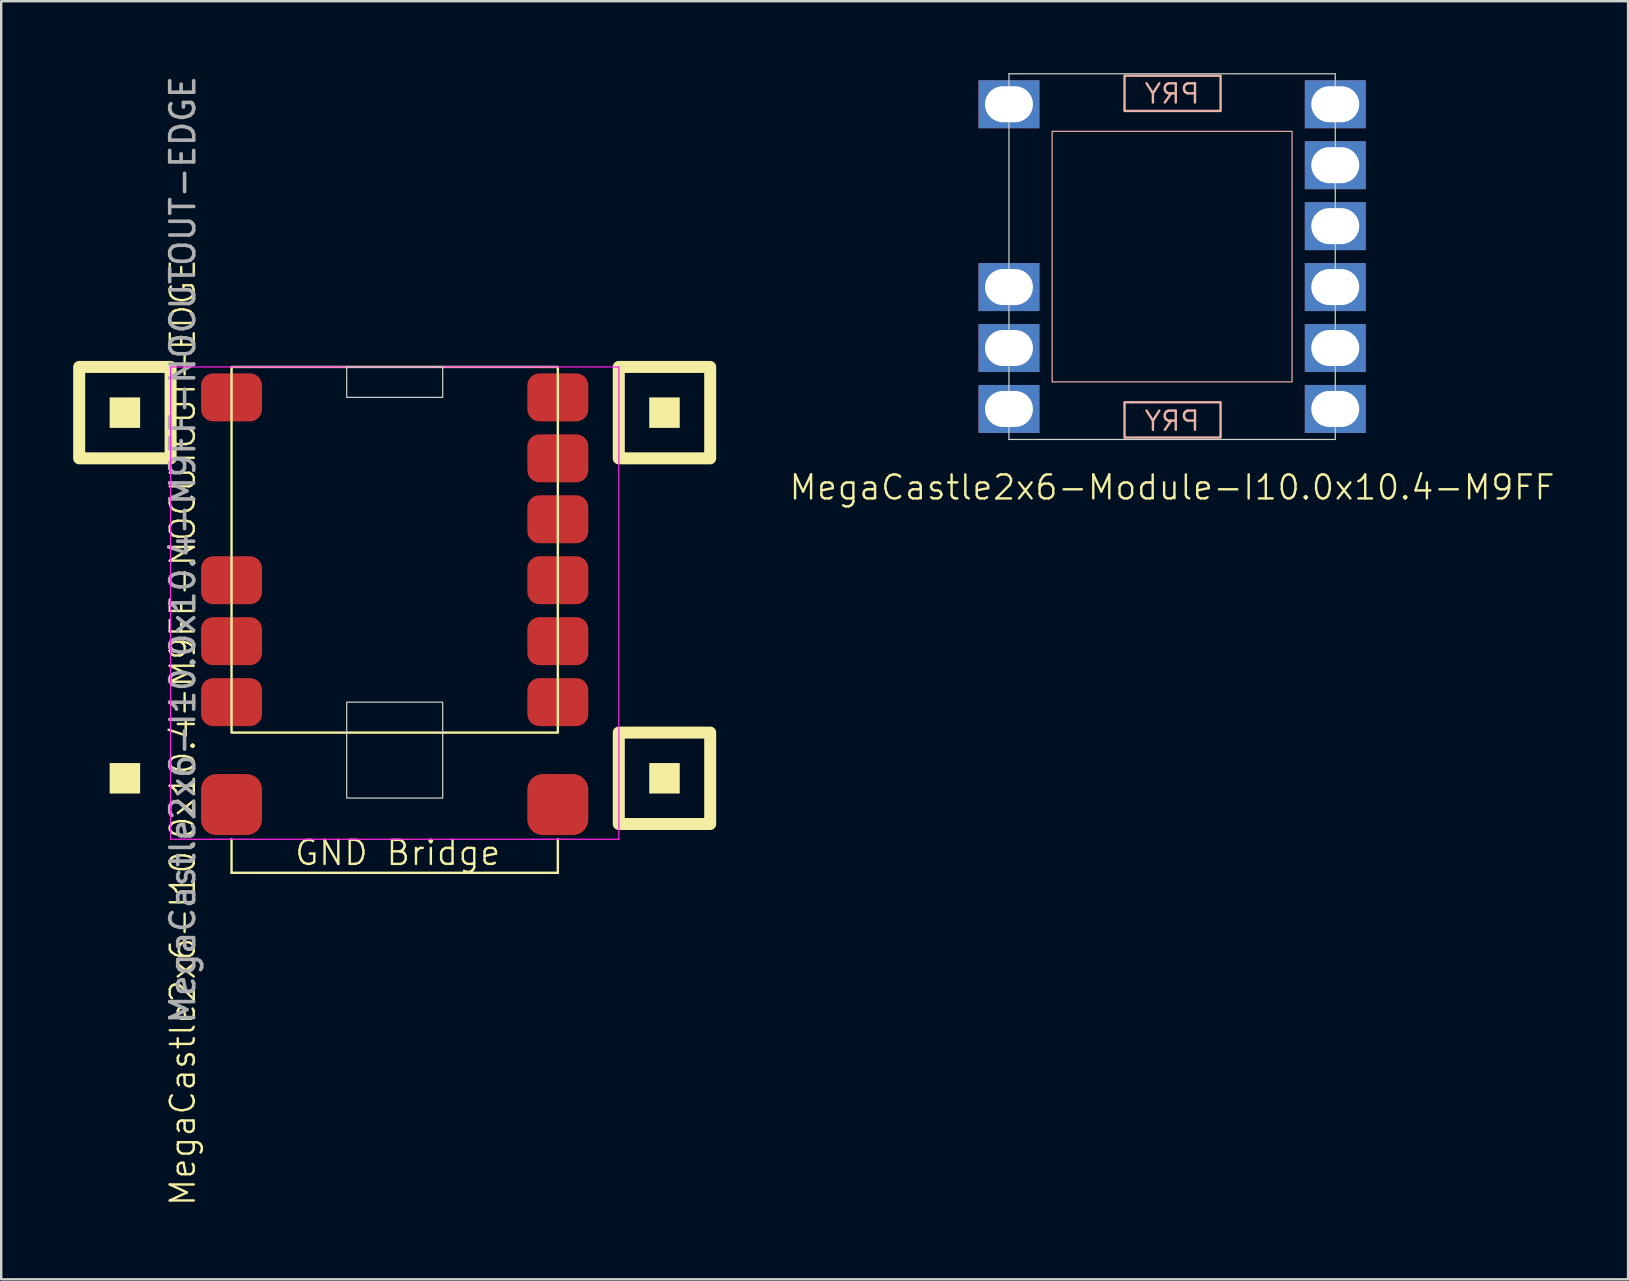
<source format=kicad_pcb>
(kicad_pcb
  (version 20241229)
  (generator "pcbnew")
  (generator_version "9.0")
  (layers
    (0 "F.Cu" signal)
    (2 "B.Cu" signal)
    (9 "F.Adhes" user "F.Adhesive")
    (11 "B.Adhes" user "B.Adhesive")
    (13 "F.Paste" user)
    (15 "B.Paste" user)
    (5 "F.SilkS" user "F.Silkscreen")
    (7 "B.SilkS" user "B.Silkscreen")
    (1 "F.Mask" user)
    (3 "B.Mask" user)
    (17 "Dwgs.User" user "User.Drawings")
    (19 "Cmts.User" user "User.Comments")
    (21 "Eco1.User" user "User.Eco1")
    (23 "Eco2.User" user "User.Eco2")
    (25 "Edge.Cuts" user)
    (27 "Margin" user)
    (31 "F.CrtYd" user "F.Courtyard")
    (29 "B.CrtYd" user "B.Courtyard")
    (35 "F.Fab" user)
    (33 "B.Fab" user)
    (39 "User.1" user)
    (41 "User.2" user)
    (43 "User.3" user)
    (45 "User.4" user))
  (footprint "MegaCastle2x6-Module-I10.0x10.4-M9FF"
    (layer "F.Cu")
    (at 45.802 7.645)
    (property "Reference" "MegaCastle2x6-Module-I10.0x10.4-M9FF" (at 0 9.62 0) (unlocked yes) (layer "F.SilkS") (effects (font (size 1 1) (thickness 0.1))))
    (attr smd)
    (fp_rect (start -5 5.22) (end 5 -5.22) (stroke (width 0.05) (type default)) (fill no) (layer "B.SilkS"))
    (fp_rect (start -1.984 -6.071) (end 2.02 -7.54) (stroke (width 0.1) (type default)) (fill no) (layer "B.SilkS"))
    (fp_rect (start -1.984 6.071) (end 2.02 7.54) (stroke (width 0.1) (type default)) (fill no) (layer "B.SilkS"))
    (fp_line (start -6.8 -7.62) (end -6.8 7.62) (stroke (width 0.05) (type default)) (layer "Edge.Cuts"))
    (fp_line (start -6.8 -7.62) (end 6.8 -7.62) (stroke (width 0.05) (type default)) (layer "Edge.Cuts"))
    (fp_line (start -6.8 7.62) (end 6.8 7.62) (stroke (width 0.05) (type default)) (layer "Edge.Cuts"))
    (fp_line (start 6.8 -7.62) (end 6.8 7.62) (stroke (width 0.05) (type default)) (layer "Edge.Cuts"))
    (fp_text user "PRY" (at 0 7.32 0) (unlocked yes) (layer "B.SilkS") (effects (font (size 0.8 0.8) (thickness 0.1)) (justify bottom mirror)))
    (fp_text user "PRY" (at 0 -6.32 0) (unlocked yes) (layer "B.SilkS") (effects (font (size 0.8 0.8) (thickness 0.1)) (justify bottom mirror)))
    (pad "1" thru_hole rect (at -6.8 -6.35) (size 2.54 2) (drill oval 2 1.5) (property pad_prop_castellated) (layers "*.Cu" "*.Mask"))
    (pad "4" thru_hole rect (at -6.8 1.27) (size 2.54 2) (drill oval 2 1.5) (property pad_prop_castellated) (layers "*.Cu" "*.Mask"))
    (pad "5" thru_hole rect (at -6.8 3.81) (size 2.54 2) (drill oval 2 1.5) (property pad_prop_castellated) (layers "*.Cu" "*.Mask"))
    (pad "6" thru_hole rect (at -6.8 6.35) (size 2.54 2) (drill oval 2 1.5) (property pad_prop_castellated) (layers "*.Cu" "*.Mask"))
    (pad "7" thru_hole rect (at 6.8 -6.35) (size 2.54 2) (drill oval 2 1.5) (property pad_prop_castellated) (layers "*.Cu" "*.Mask"))
    (pad "8" thru_hole rect (at 6.8 -3.81) (size 2.54 2) (drill oval 2 1.5) (property pad_prop_castellated) (layers "*.Cu" "*.Mask"))
    (pad "9" thru_hole rect (at 6.8 -1.27) (size 2.54 2) (drill oval 2 1.5) (property pad_prop_castellated) (layers "*.Cu" "*.Mask"))
    (pad "10" thru_hole rect (at 6.8 1.27) (size 2.54 2) (drill oval 2 1.5) (property pad_prop_castellated) (layers "*.Cu" "*.Mask"))
    (pad "11" thru_hole rect (at 6.8 3.81) (size 2.54 2) (drill oval 2 1.5) (property pad_prop_castellated) (layers "*.Cu" "*.Mask"))
    (pad "12" thru_hole rect (at 6.8 6.35) (size 2.54 2) (drill oval 2 1.5) (property pad_prop_castellated) (layers "*.Cu" "*.Mask"))
    (zone (net_name "") (layer "B.Cu") (hatch edge 0.5) (connect_pads) (min_thickness 0.25) (filled_areas_thickness no) (keepout (tracks allowed) (vias allowed) (pads allowed) (copperpour allowed) (footprints not_allowed)) (placement (enabled no)) (fill) (polygon (pts (xy 39.002 15.265) (xy 39.002 0.025) (xy 40.802 0.025) (xy 40.802 15.265))))
    (zone (net_name "") (layer "B.Cu") (hatch edge 0.5) (connect_pads) (min_thickness 0.25) (filled_areas_thickness no) (keepout (tracks allowed) (vias allowed) (pads allowed) (copperpour allowed) (footprints not_allowed)) (placement (enabled no)) (fill) (polygon (pts (xy 40.802 0.025) (xy 40.802 2.425) (xy 50.802 2.425) (xy 50.802 0.025))))
    (zone (net_name "") (layer "B.Cu") (hatch edge 0.5) (connect_pads) (min_thickness 0.25) (filled_areas_thickness no) (keepout (tracks allowed) (vias allowed) (pads allowed) (copperpour allowed) (footprints not_allowed)) (placement (enabled no)) (fill) (polygon (pts (xy 40.802 15.265) (xy 40.802 12.865) (xy 50.802 12.865) (xy 50.802 15.265))))
    (zone (net_name "") (layer "B.Cu") (name "Upper Pry Zone") (hatch edge 0.5) (connect_pads) (min_thickness 0.25) (filled_areas_thickness no) (keepout (tracks not_allowed) (vias not_allowed) (pads not_allowed) (copperpour allowed) (footprints not_allowed)) (placement (enabled no)) (fill) (polygon (pts (xy 43.818 1.574) (xy 43.818 0.105) (xy 47.822 0.105) (xy 47.822 1.574))))
    (zone (net_name "") (layer "B.Cu") (name "Upper Pry Zone") (hatch edge 0.5) (connect_pads) (min_thickness 0.25) (filled_areas_thickness no) (keepout (tracks not_allowed) (vias not_allowed) (pads not_allowed) (copperpour allowed) (footprints not_allowed)) (placement (enabled no)) (fill) (polygon (pts (xy 43.818 13.716) (xy 43.818 15.185) (xy 47.822 15.185) (xy 47.822 13.716))))
    (zone (net_name "") (layer "B.Cu") (hatch edge 0.5) (connect_pads) (min_thickness 0.25) (filled_areas_thickness no) (keepout (tracks allowed) (vias allowed) (pads allowed) (copperpour allowed) (footprints not_allowed)) (placement (enabled no)) (fill) (polygon (pts (xy 52.602 15.265) (xy 52.602 0.025) (xy 50.802 0.025) (xy 50.802 15.265)))))
  (footprint "MegaCastle2x6-I10.0x10.4-M9FF-NOCUTOUT-EDGE"
    (layer "F.Cu")
    (at 13.4 19.863)
    (property "Reference" "MegaCastle2x6-I10.0x10.4-M9FF-NOCUTOUT-EDGE" (at -8.832 7.62 90) (unlocked yes) (layer "F.SilkS") (effects (font (size 1 1) (thickness 0.1))))
    (attr smd)
    (fp_line (start -6.8 12.065) (end -6.8 13.465) (stroke (width 0.1) (type default)) (layer "F.SilkS"))
    (fp_line (start -6.8 13.465) (end 6.8 13.465) (stroke (width 0.1) (type default)) (layer "F.SilkS"))
    (fp_line (start 6.8 12.065) (end 6.8 13.465) (stroke (width 0.1) (type default)) (layer "F.SilkS"))
    (fp_rect (start -10.61 -5.08) (end -11.88 -6.35) (stroke (width 0) (type solid)) (fill yes) (layer "F.SilkS"))
    (fp_rect (start -10.61 10.16) (end -11.88 8.89) (stroke (width 0) (type solid)) (fill yes) (layer "F.SilkS"))
    (fp_rect (start -9.34 -3.81) (end -13.15 -7.62) (stroke (width 0.5) (type default)) (fill no) (layer "F.SilkS"))
    (fp_rect (start -6.8 -7.62) (end 6.8 7.62) (stroke (width 0.1) (type default)) (fill no) (layer "F.SilkS"))
    (fp_rect (start 11.88 -5.08) (end 10.61 -6.35) (stroke (width 0) (type solid)) (fill yes) (layer "F.SilkS"))
    (fp_rect (start 11.88 10.16) (end 10.61 8.89) (stroke (width 0) (type solid)) (fill yes) (layer "F.SilkS"))
    (fp_rect (start 13.15 -3.81) (end 9.34 -7.62) (stroke (width 0.5) (type default)) (fill no) (layer "F.SilkS"))
    (fp_rect (start 13.15 11.43) (end 9.34 7.62) (stroke (width 0.5) (type default)) (fill no) (layer "F.SilkS"))
    (fp_rect (start -2 -6.35) (end 2 -7.62) (stroke (width 0.05) (type default)) (fill no) (layer "Edge.Cuts"))
    (fp_rect (start -2 6.35) (end 2 10.35) (stroke (width 0.05) (type default)) (fill no) (layer "Edge.Cuts"))
    (fp_line (start -9.34 -7.62) (end -9.34 12.065) (stroke (width 0.05) (type default)) (layer "F.CrtYd"))
    (fp_line (start -9.34 12.065) (end 9.34 12.065) (stroke (width 0.05) (type default)) (layer "F.CrtYd"))
    (fp_line (start 9.34 -7.62) (end -9.34 -7.62) (stroke (width 0.05) (type default)) (layer "F.CrtYd"))
    (fp_line (start 9.34 -7.62) (end 9.34 12.065) (stroke (width 0.05) (type default)) (layer "F.CrtYd"))
    (fp_text user "GND Bridge" (at -4.226 13.22 0) (unlocked yes) (layer "F.SilkS") (effects (font (size 1 1) (thickness 0.1)) (justify left bottom)))
    (fp_text user "${REFERENCE}" (at -8.832 0 90) (unlocked yes) (layer "F.Fab") (effects (font (size 1 1) (thickness 0.15))))
    (pad "1" smd roundrect (at -6.8 -6.35) (size 2.54 2) (layers "F.Cu" "F.Mask" "F.Paste") (roundrect_rratio 0.25))
    (pad "4" smd roundrect (at -6.8 1.27) (size 2.54 2) (layers "F.Cu" "F.Mask" "F.Paste") (roundrect_rratio 0.25))
    (pad "5" smd roundrect (at -6.8 3.81) (size 2.54 2) (layers "F.Cu" "F.Mask" "F.Paste") (roundrect_rratio 0.25))
    (pad "6" smd roundrect (at -6.8 6.35) (size 2.54 2) (layers "F.Cu" "F.Mask" "F.Paste") (roundrect_rratio 0.25))
    (pad "7" smd roundrect (at 6.8 -6.35) (size 2.54 2) (layers "F.Cu" "F.Mask" "F.Paste") (roundrect_rratio 0.25))
    (pad "8" smd roundrect (at 6.8 -3.81) (size 2.54 2) (layers "F.Cu" "F.Mask" "F.Paste") (roundrect_rratio 0.25))
    (pad "9" smd roundrect (at 6.8 -1.27) (size 2.54 2) (layers "F.Cu" "F.Mask" "F.Paste") (roundrect_rratio 0.25))
    (pad "10" smd roundrect (at 6.8 1.27) (size 2.54 2) (layers "F.Cu" "F.Mask" "F.Paste") (roundrect_rratio 0.25))
    (pad "11" smd roundrect (at 6.8 3.81) (size 2.54 2) (layers "F.Cu" "F.Mask" "F.Paste") (roundrect_rratio 0.25))
    (pad "12" smd roundrect (at 6.8 6.35) (size 2.54 2) (layers "F.Cu" "F.Mask" "F.Paste") (roundrect_rratio 0.25))
    (pad "B1" smd roundrect (at -6.8 10.62) (size 2.54 2.54) (layers "F.Cu" "F.Mask" "F.Paste") (roundrect_rratio 0.25))
    (pad "B2" smd roundrect (at 6.8 10.62) (size 2.54 2.54) (layers "F.Cu" "F.Mask" "F.Paste") (roundrect_rratio 0.25)))
  (gr_rect
    (start -3 -3)
    (end 64.805 50.271)
    (stroke (width 0.1) (type default))
    (fill no)
    (layer "Edge.Cuts")))
</source>
